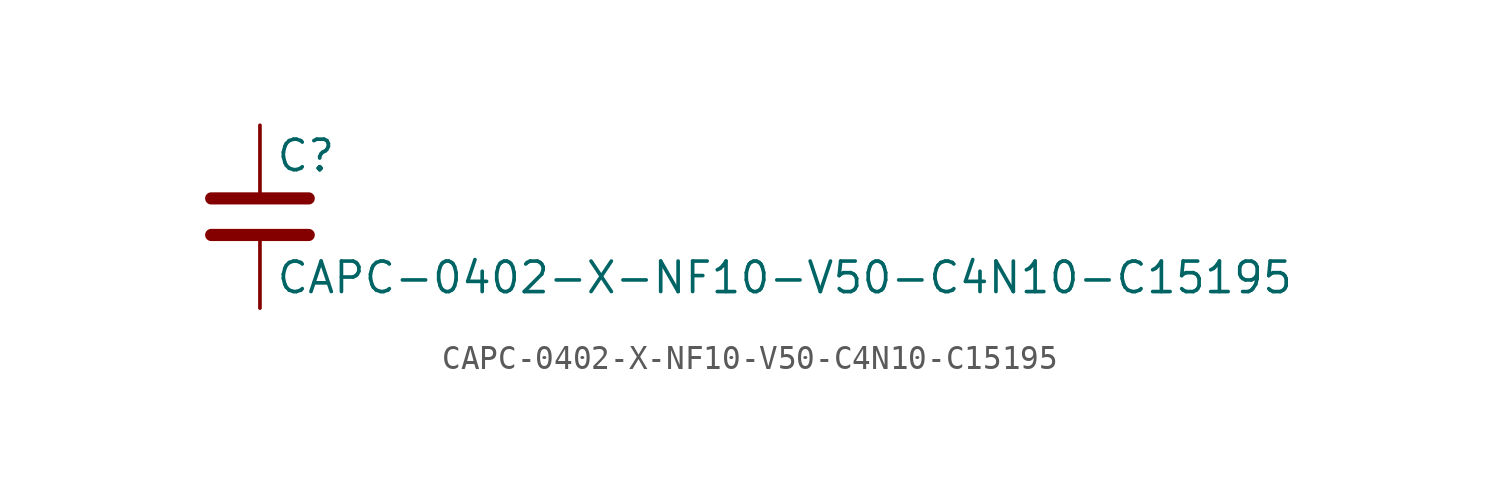
<source format=kicad_sym>
(kicad_symbol_lib
  (version 20211014)
  (generator kicad_symbol_editor)
  (symbol "CAPC-0402-X-NF10-V50-C4N10-C15195"
    (pin_numbers hide)
    (pin_names
      (offset 0.254))
    (property "Reference" "C"
      (at 0.635 2.54 0)
      (effects (font (size 1.27 1.27)) (justify left)))
    (property "Value" "CAPC-0402-X-NF10-V50-C4N10-C15195"
      (at 0.635 -2.54 0)
      (effects (font (size 1.27 1.27)) (justify left)))
    (symbol "CAPC-0402-X-NF10-V50-C4N10-C15195_0_1"
      (polyline (pts (xy -2.032 -0.762) (xy 2.032 -0.762)) (stroke (width 0.508) (type default) (color 0 0 0 0)) (fill (type none)))
      (polyline (pts (xy -2.032 0.762) (xy 2.032 0.762)) (stroke (width 0.508) (type default) (color 0 0 0 0)) (fill (type none))))
    (symbol "CAPC-0402-X-NF10-V50-C4N10-C15195_1_1"
      (pin passive line (at 0 3.81 270) (length 2.794) (name "~" (effects (font (size 1.27 1.27)))) (number "1" (effects (font (size 1.27 1.27)))))
      (pin passive line (at 0 -3.81 90) (length 2.794) (name "~" (effects (font (size 1.27 1.27)))) (number "2" (effects (font (size 1.27 1.27))))))))
</source>
